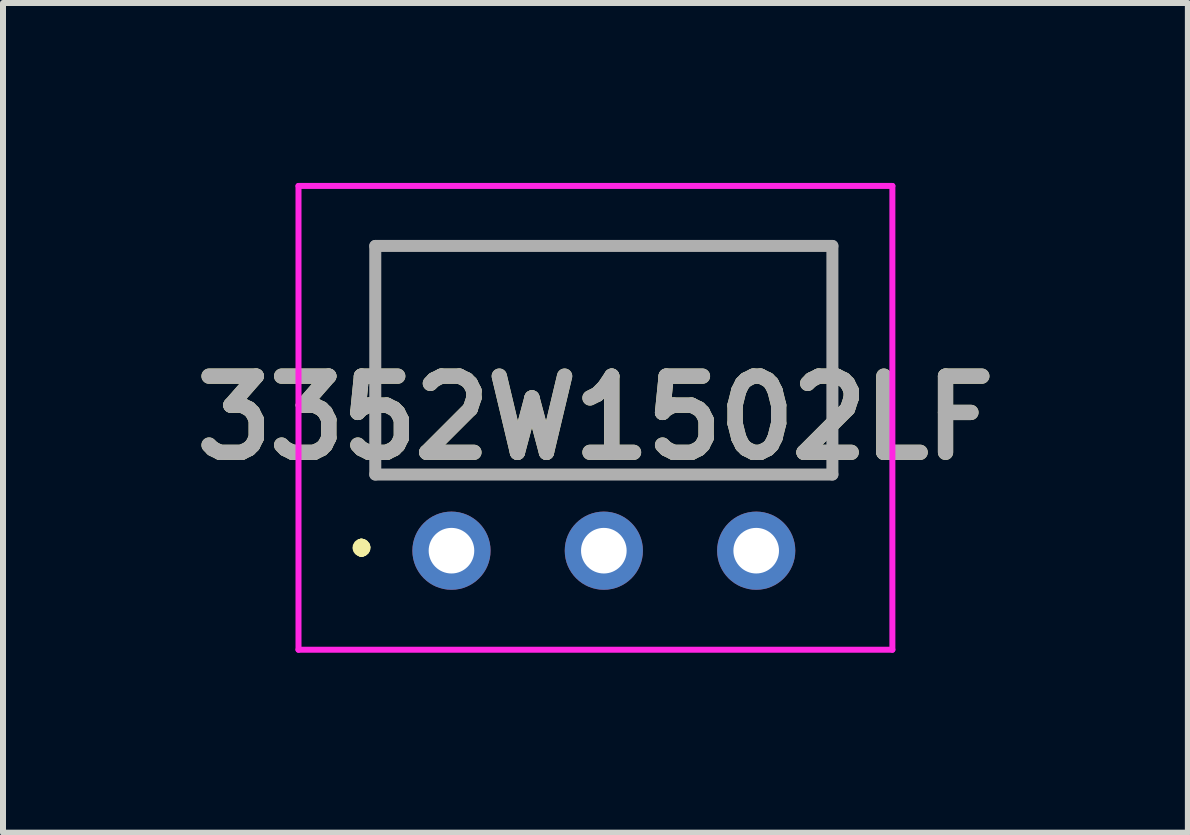
<source format=kicad_pcb>
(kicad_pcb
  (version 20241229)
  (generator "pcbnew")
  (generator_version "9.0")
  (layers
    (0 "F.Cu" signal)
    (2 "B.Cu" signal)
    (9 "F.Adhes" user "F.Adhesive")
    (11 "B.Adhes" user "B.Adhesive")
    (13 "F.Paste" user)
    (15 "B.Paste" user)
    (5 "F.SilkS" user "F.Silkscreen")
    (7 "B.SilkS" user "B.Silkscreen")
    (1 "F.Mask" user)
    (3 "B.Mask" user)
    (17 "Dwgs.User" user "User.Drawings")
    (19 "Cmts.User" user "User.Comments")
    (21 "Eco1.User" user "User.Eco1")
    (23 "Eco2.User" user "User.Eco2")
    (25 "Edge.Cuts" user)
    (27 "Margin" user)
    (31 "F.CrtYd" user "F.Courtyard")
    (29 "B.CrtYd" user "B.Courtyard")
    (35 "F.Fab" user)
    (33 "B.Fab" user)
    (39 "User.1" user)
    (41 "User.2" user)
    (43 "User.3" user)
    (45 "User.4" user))
  (footprint "3352W1502LF"
    (layer "F.Cu")
    (at 4.476 6.13)
    (property "Reference" "3352W1502LF" (at 2.4 -2.214 0) (layer "F.SilkS") (effects (font (size 1.27 1.27) (thickness 0.254))))
    (attr through_hole)
    (fp_line (start -1.5 -0.1) (end -1.5 -0.1) (stroke (width 0.2) (type solid)) (layer "F.SilkS"))
    (fp_line (start -1.5 0) (end -1.5 0) (stroke (width 0.2) (type solid)) (layer "F.SilkS"))
    (fp_line (start -1.5 0) (end -1.5 0) (stroke (width 0.2) (type solid)) (layer "F.SilkS"))
    (fp_line (start -1.27 -5.08) (end -1.27 -1.27) (stroke (width 0.1) (type solid)) (layer "F.SilkS"))
    (fp_line (start -1.27 -1.27) (end 6.35 -1.27) (stroke (width 0.1) (type solid)) (layer "F.SilkS"))
    (fp_line (start 6.35 -5.08) (end -1.27 -5.08) (stroke (width 0.1) (type solid)) (layer "F.SilkS"))
    (fp_line (start 6.35 -1.27) (end 6.35 -5.08) (stroke (width 0.1) (type solid)) (layer "F.SilkS"))
    (fp_arc (start -1.5 -0.1) (mid -1.45 -0.05) (end -1.5 0) (stroke (width 0.2) (type solid)) (layer "F.SilkS"))
    (fp_arc (start -1.5 -0.1) (mid -1.45 -0.05) (end -1.5 0) (stroke (width 0.2) (type solid)) (layer "F.SilkS"))
    (fp_arc (start -1.5 0) (mid -1.55 -0.05) (end -1.5 -0.1) (stroke (width 0.2) (type solid)) (layer "F.SilkS"))
    (fp_line (start -2.55 -6.08) (end 7.35 -6.08) (stroke (width 0.1) (type solid)) (layer "F.CrtYd"))
    (fp_line (start -2.55 1.651) (end -2.55 -6.08) (stroke (width 0.1) (type solid)) (layer "F.CrtYd"))
    (fp_line (start 7.35 -6.08) (end 7.35 1.651) (stroke (width 0.1) (type solid)) (layer "F.CrtYd"))
    (fp_line (start 7.35 1.651) (end -2.55 1.651) (stroke (width 0.1) (type solid)) (layer "F.CrtYd"))
    (fp_line (start -1.27 -5.08) (end -1.27 -1.27) (stroke (width 0.2) (type solid)) (layer "F.Fab"))
    (fp_line (start -1.27 -1.27) (end 6.35 -1.27) (stroke (width 0.2) (type solid)) (layer "F.Fab"))
    (fp_line (start 6.35 -5.08) (end -1.27 -5.08) (stroke (width 0.2) (type solid)) (layer "F.Fab"))
    (fp_line (start 6.35 -1.27) (end 6.35 -5.08) (stroke (width 0.2) (type solid)) (layer "F.Fab"))
    (fp_text user "${REFERENCE}" (at 2.4 -2.214 0) (layer "F.Fab") (effects (font (size 1.27 1.27) (thickness 0.254))))
    (pad "1" thru_hole circle (at 0 0) (size 1.303 1.303) (drill 0.76) (layers "*.Cu" "*.Mask"))
    (pad "2" thru_hole circle (at 2.54 0) (size 1.303 1.303) (drill 0.76) (layers "*.Cu" "*.Mask"))
    (pad "3" thru_hole circle (at 5.08 0) (size 1.303 1.303) (drill 0.76) (layers "*.Cu" "*.Mask")))
  (gr_rect
    (start -3 -3)
    (end 16.752 10.831)
    (stroke (width 0.1) (type default))
    (fill no)
    (layer "Edge.Cuts")))
</source>
